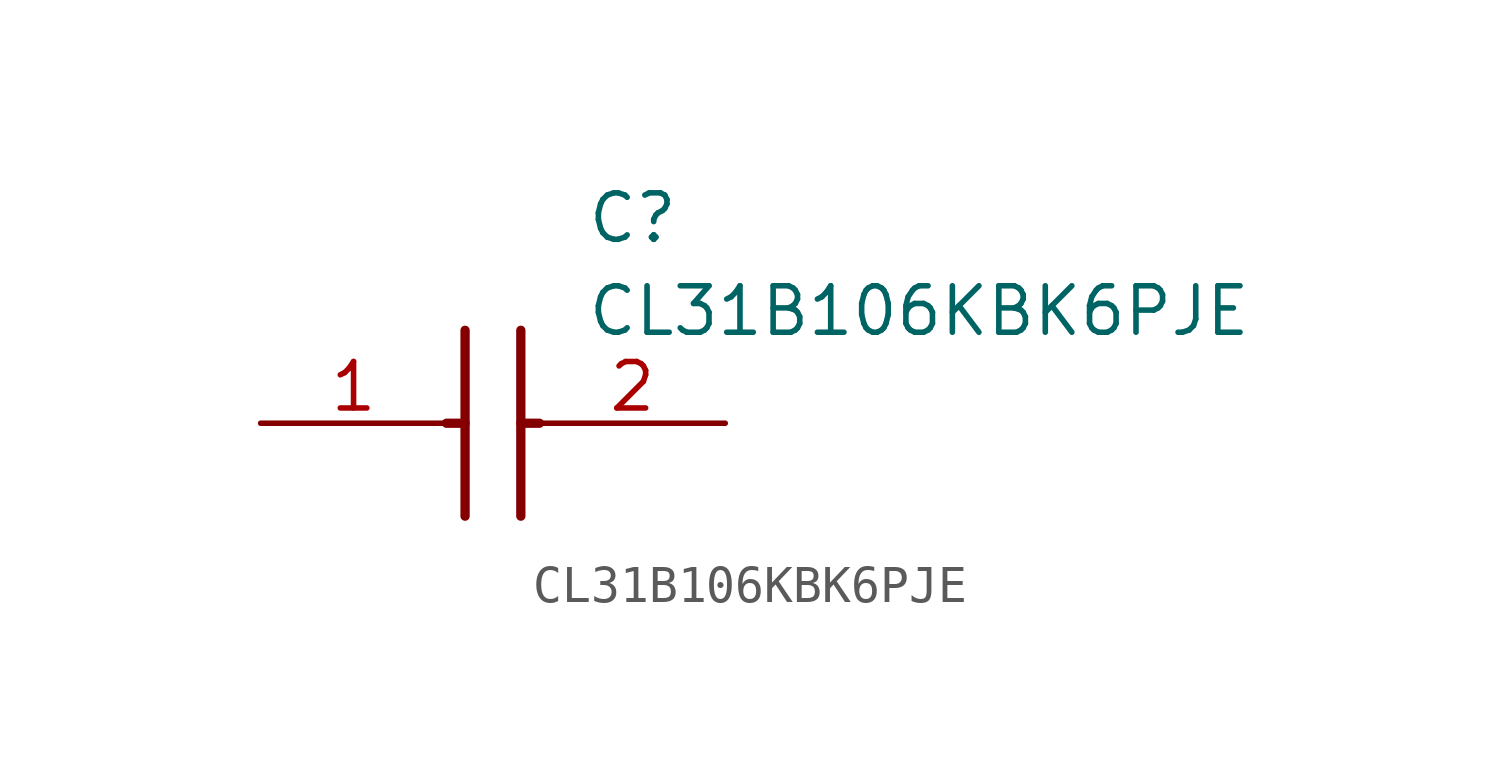
<source format=kicad_sym>
(kicad_symbol_lib
  (version 20211014)
  (generator SamacSys_ECAD_Model)
  (symbol "CL31B106KBK6PJE"
    (pin_names hide)
    (property "Reference" "C"
      (at 8.89 6.35 0)
      (effects (font (size 1.27 1.27)) (justify left top)))
    (property "Value" "CL31B106KBK6PJE"
      (at 8.89 3.81 0)
      (effects (font (size 1.27 1.27)) (justify left top)))
    (polyline
      (pts (xy 5.588 2.54) (xy 5.588 -2.54))
      (stroke (width 0.254) (type default))
      (fill (type none)))
    (polyline
      (pts (xy 7.112 2.54) (xy 7.112 -2.54))
      (stroke (width 0.254) (type default))
      (fill (type none)))
    (polyline
      (pts (xy 5.08 0) (xy 5.588 0))
      (stroke (width 0.254) (type default))
      (fill (type none)))
    (polyline
      (pts (xy 7.112 0) (xy 7.62 0))
      (stroke (width 0.254) (type default))
      (fill (type none)))
    (pin passive line
      (at 0 0 0)
      (length 5.08)
      (name "1" (effects (font (size 1.27 1.27))))
      (number "1" (effects (font (size 1.27 1.27)))))
    (pin passive line
      (at 12.7 0 180)
      (length 5.08)
      (name "2" (effects (font (size 1.27 1.27))))
      (number "2" (effects (font (size 1.27 1.27)))))))
</source>
